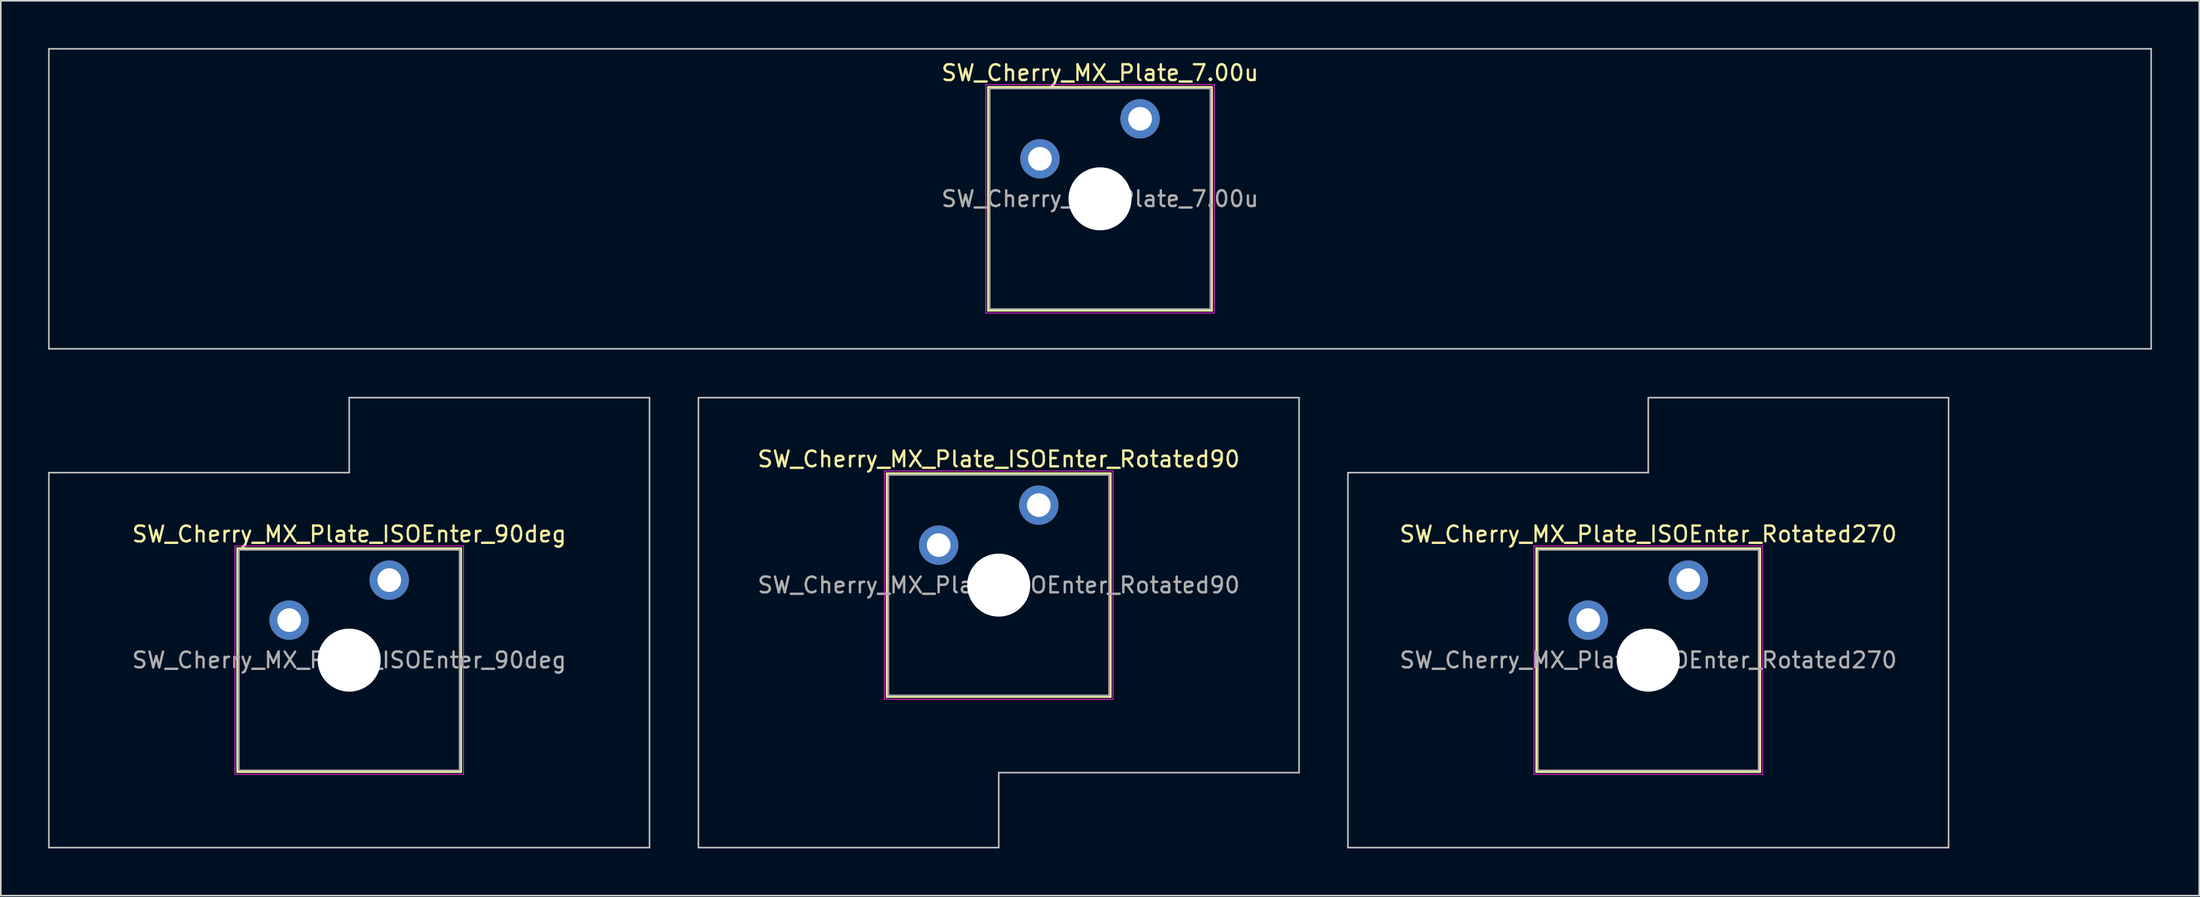
<source format=kicad_pcb>
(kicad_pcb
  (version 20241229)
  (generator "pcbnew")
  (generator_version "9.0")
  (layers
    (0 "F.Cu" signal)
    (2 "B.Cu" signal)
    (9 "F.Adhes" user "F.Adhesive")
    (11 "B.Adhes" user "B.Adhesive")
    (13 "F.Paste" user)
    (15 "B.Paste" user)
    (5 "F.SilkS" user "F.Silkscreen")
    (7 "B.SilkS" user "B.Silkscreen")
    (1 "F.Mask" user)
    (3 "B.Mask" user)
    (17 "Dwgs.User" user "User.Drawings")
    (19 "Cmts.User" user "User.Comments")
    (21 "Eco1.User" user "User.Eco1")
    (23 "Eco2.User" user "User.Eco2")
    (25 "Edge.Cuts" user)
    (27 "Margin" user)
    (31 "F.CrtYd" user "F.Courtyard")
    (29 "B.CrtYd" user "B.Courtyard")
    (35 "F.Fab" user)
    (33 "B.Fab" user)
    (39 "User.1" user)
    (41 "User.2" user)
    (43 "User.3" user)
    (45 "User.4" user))
  (footprint "SW_Cherry_MX_Plate_7.00u"
    (layer "F.Cu")
    (at 66.725 9.575)
    (property "Reference" "SW_Cherry_MX_Plate_7.00u" (at 0 -8 0) (layer "F.SilkS") (effects (font (size 1 1) (thickness 0.15))))
    (attr through_hole)
    (fp_line (start -7.1 -7.1) (end -7.1 7.1) (stroke (width 0.12) (type solid)) (layer "F.SilkS"))
    (fp_line (start -7.1 7.1) (end 7.1 7.1) (stroke (width 0.12) (type solid)) (layer "F.SilkS"))
    (fp_line (start 7.1 -7.1) (end -7.1 -7.1) (stroke (width 0.12) (type solid)) (layer "F.SilkS"))
    (fp_line (start 7.1 7.1) (end 7.1 -7.1) (stroke (width 0.12) (type solid)) (layer "F.SilkS"))
    (fp_line (start -66.675 -9.525) (end -66.675 9.525) (stroke (width 0.1) (type solid)) (layer "Dwgs.User"))
    (fp_line (start -66.675 9.525) (end 66.675 9.525) (stroke (width 0.1) (type solid)) (layer "Dwgs.User"))
    (fp_line (start 66.675 -9.525) (end -66.675 -9.525) (stroke (width 0.1) (type solid)) (layer "Dwgs.User"))
    (fp_line (start 66.675 9.525) (end 66.675 -9.525) (stroke (width 0.1) (type solid)) (layer "Dwgs.User"))
    (fp_line (start -7 -7) (end -7 7) (stroke (width 0.1) (type solid)) (layer "Eco1.User"))
    (fp_line (start -7 7) (end 7 7) (stroke (width 0.1) (type solid)) (layer "Eco1.User"))
    (fp_line (start 7 -7) (end -7 -7) (stroke (width 0.1) (type solid)) (layer "Eco1.User"))
    (fp_line (start 7 7) (end 7 -7) (stroke (width 0.1) (type solid)) (layer "Eco1.User"))
    (fp_line (start -7.25 -7.25) (end -7.25 7.25) (stroke (width 0.05) (type solid)) (layer "F.CrtYd"))
    (fp_line (start -7.25 7.25) (end 7.25 7.25) (stroke (width 0.05) (type solid)) (layer "F.CrtYd"))
    (fp_line (start 7.25 -7.25) (end -7.25 -7.25) (stroke (width 0.05) (type solid)) (layer "F.CrtYd"))
    (fp_line (start 7.25 7.25) (end 7.25 -7.25) (stroke (width 0.05) (type solid)) (layer "F.CrtYd"))
    (fp_line (start -7 -7) (end -7 7) (stroke (width 0.1) (type solid)) (layer "F.Fab"))
    (fp_line (start -7 7) (end 7 7) (stroke (width 0.1) (type solid)) (layer "F.Fab"))
    (fp_line (start 7 -7) (end -7 -7) (stroke (width 0.1) (type solid)) (layer "F.Fab"))
    (fp_line (start 7 7) (end 7 -7) (stroke (width 0.1) (type solid)) (layer "F.Fab"))
    (fp_text user "${REFERENCE}" (at 0 0 0) (layer "F.Fab") (effects (font (size 1 1) (thickness 0.15))))
    (pad "" np_thru_hole circle (at 0 0) (size 4 4) (drill 4) (layers "*.Cu" "*.Mask"))
    (pad "1" thru_hole circle (at -3.81 -2.54) (size 2.5 2.5) (drill 1.5) (layers "*.Cu" "*.Mask"))
    (pad "2" thru_hole circle (at 2.54 -5.08) (size 2.5 2.5) (drill 1.5) (layers "*.Cu" "*.Mask")))
  (footprint "SW_Cherry_MX_Plate_ISOEnter_Rotated270"
    (layer "F.Cu")
    (at 101.5 38.869)
    (property "Reference" "SW_Cherry_MX_Plate_ISOEnter_Rotated270" (at 0 -8 0) (layer "F.SilkS") (effects (font (size 1 1) (thickness 0.15))))
    (attr through_hole)
    (fp_line (start -7.1 -7.1) (end -7.1 7.1) (stroke (width 0.12) (type solid)) (layer "F.SilkS"))
    (fp_line (start -7.1 7.1) (end 7.1 7.1) (stroke (width 0.12) (type solid)) (layer "F.SilkS"))
    (fp_line (start 7.1 -7.1) (end -7.1 -7.1) (stroke (width 0.12) (type solid)) (layer "F.SilkS"))
    (fp_line (start 7.1 7.1) (end 7.1 -7.1) (stroke (width 0.12) (type solid)) (layer "F.SilkS"))
    (fp_line (start -19.05 -11.906) (end -19.05 11.906) (stroke (width 0.1) (type solid)) (layer "Dwgs.User"))
    (fp_line (start -19.05 11.906) (end 19.05 11.906) (stroke (width 0.1) (type solid)) (layer "Dwgs.User"))
    (fp_line (start 0 -16.669) (end 0 -11.906) (stroke (width 0.1) (type solid)) (layer "Dwgs.User"))
    (fp_line (start 0 -11.906) (end -19.05 -11.906) (stroke (width 0.1) (type solid)) (layer "Dwgs.User"))
    (fp_line (start 19.05 -16.669) (end 0 -16.669) (stroke (width 0.1) (type solid)) (layer "Dwgs.User"))
    (fp_line (start 19.05 11.906) (end 19.05 -16.669) (stroke (width 0.1) (type solid)) (layer "Dwgs.User"))
    (fp_line (start -7.25 -7.25) (end -7.25 7.25) (stroke (width 0.05) (type solid)) (layer "F.CrtYd"))
    (fp_line (start -7.25 7.25) (end 7.25 7.25) (stroke (width 0.05) (type solid)) (layer "F.CrtYd"))
    (fp_line (start 7.25 -7.25) (end -7.25 -7.25) (stroke (width 0.05) (type solid)) (layer "F.CrtYd"))
    (fp_line (start 7.25 7.25) (end 7.25 -7.25) (stroke (width 0.05) (type solid)) (layer "F.CrtYd"))
    (fp_line (start -7 -7) (end -7 7) (stroke (width 0.1) (type solid)) (layer "F.Fab"))
    (fp_line (start -7 7) (end 7 7) (stroke (width 0.1) (type solid)) (layer "F.Fab"))
    (fp_line (start 7 -7) (end -7 -7) (stroke (width 0.1) (type solid)) (layer "F.Fab"))
    (fp_line (start 7 7) (end 7 -7) (stroke (width 0.1) (type solid)) (layer "F.Fab"))
    (fp_text user "${REFERENCE}" (at 0 0 0) (layer "F.Fab") (effects (font (size 1 1) (thickness 0.15))))
    (pad "" np_thru_hole circle (at 0 0) (size 4 4) (drill 4) (layers "*.Cu" "*.Mask"))
    (pad "1" thru_hole circle (at -3.81 -2.54) (size 2.5 2.5) (drill 1.5) (layers "*.Cu" "B.Mask"))
    (pad "2" thru_hole circle (at 2.54 -5.08) (size 2.5 2.5) (drill 1.5) (layers "*.Cu" "B.Mask")))
  (footprint "SW_Cherry_MX_Plate_ISOEnter_90deg"
    (layer "F.Cu")
    (at 19.1 38.869)
    (property "Reference" "SW_Cherry_MX_Plate_ISOEnter_90deg" (at 0 -8 0) (layer "F.SilkS") (effects (font (size 1 1) (thickness 0.15))))
    (attr through_hole)
    (fp_line (start -7.1 -7.1) (end -7.1 7.1) (stroke (width 0.12) (type solid)) (layer "F.SilkS"))
    (fp_line (start -7.1 7.1) (end 7.1 7.1) (stroke (width 0.12) (type solid)) (layer "F.SilkS"))
    (fp_line (start 7.1 -7.1) (end -7.1 -7.1) (stroke (width 0.12) (type solid)) (layer "F.SilkS"))
    (fp_line (start 7.1 7.1) (end 7.1 -7.1) (stroke (width 0.12) (type solid)) (layer "F.SilkS"))
    (fp_line (start -19.05 -11.906) (end -19.05 11.906) (stroke (width 0.1) (type solid)) (layer "Dwgs.User"))
    (fp_line (start -19.05 11.906) (end 19.05 11.906) (stroke (width 0.1) (type solid)) (layer "Dwgs.User"))
    (fp_line (start 0 -16.669) (end 0 -11.906) (stroke (width 0.1) (type solid)) (layer "Dwgs.User"))
    (fp_line (start 0 -11.906) (end -19.05 -11.906) (stroke (width 0.1) (type solid)) (layer "Dwgs.User"))
    (fp_line (start 19.05 -16.669) (end 0 -16.669) (stroke (width 0.1) (type solid)) (layer "Dwgs.User"))
    (fp_line (start 19.05 11.906) (end 19.05 -16.669) (stroke (width 0.1) (type solid)) (layer "Dwgs.User"))
    (fp_line (start -7 -7) (end -7 7) (stroke (width 0.1) (type solid)) (layer "Eco1.User"))
    (fp_line (start -7 7) (end 7 7) (stroke (width 0.1) (type solid)) (layer "Eco1.User"))
    (fp_line (start 7 -7) (end -7 -7) (stroke (width 0.1) (type solid)) (layer "Eco1.User"))
    (fp_line (start 7 7) (end 7 -7) (stroke (width 0.1) (type solid)) (layer "Eco1.User"))
    (fp_line (start -7.25 -7.25) (end -7.25 7.25) (stroke (width 0.05) (type solid)) (layer "F.CrtYd"))
    (fp_line (start -7.25 7.25) (end 7.25 7.25) (stroke (width 0.05) (type solid)) (layer "F.CrtYd"))
    (fp_line (start 7.25 -7.25) (end -7.25 -7.25) (stroke (width 0.05) (type solid)) (layer "F.CrtYd"))
    (fp_line (start 7.25 7.25) (end 7.25 -7.25) (stroke (width 0.05) (type solid)) (layer "F.CrtYd"))
    (fp_line (start -7 -7) (end -7 7) (stroke (width 0.1) (type solid)) (layer "F.Fab"))
    (fp_line (start -7 7) (end 7 7) (stroke (width 0.1) (type solid)) (layer "F.Fab"))
    (fp_line (start 7 -7) (end -7 -7) (stroke (width 0.1) (type solid)) (layer "F.Fab"))
    (fp_line (start 7 7) (end 7 -7) (stroke (width 0.1) (type solid)) (layer "F.Fab"))
    (fp_text user "${REFERENCE}" (at 0 0 0) (layer "F.Fab") (effects (font (size 1 1) (thickness 0.15))))
    (pad "" np_thru_hole circle (at 0 0) (size 4 4) (drill 4) (layers "*.Cu" "*.Mask"))
    (pad "1" thru_hole circle (at -3.81 -2.54) (size 2.5 2.5) (drill 1.5) (layers "*.Cu" "*.Mask"))
    (pad "2" thru_hole circle (at 2.54 -5.08) (size 2.5 2.5) (drill 1.5) (layers "*.Cu" "*.Mask")))
  (footprint "SW_Cherry_MX_Plate_ISOEnter_Rotated90"
    (layer "F.Cu")
    (at 60.3 34.106)
    (property "Reference" "SW_Cherry_MX_Plate_ISOEnter_Rotated90" (at 0 -8 0) (layer "F.SilkS") (effects (font (size 1 1) (thickness 0.15))))
    (attr through_hole)
    (fp_line (start -7.1 -7.1) (end -7.1 7.1) (stroke (width 0.12) (type solid)) (layer "F.SilkS"))
    (fp_line (start -7.1 7.1) (end 7.1 7.1) (stroke (width 0.12) (type solid)) (layer "F.SilkS"))
    (fp_line (start 7.1 -7.1) (end -7.1 -7.1) (stroke (width 0.12) (type solid)) (layer "F.SilkS"))
    (fp_line (start 7.1 7.1) (end 7.1 -7.1) (stroke (width 0.12) (type solid)) (layer "F.SilkS"))
    (fp_line (start -19.05 -11.906) (end -19.05 16.669) (stroke (width 0.1) (type solid)) (layer "Dwgs.User"))
    (fp_line (start -19.05 16.669) (end 0 16.669) (stroke (width 0.1) (type solid)) (layer "Dwgs.User"))
    (fp_line (start 0 11.906) (end 19.05 11.906) (stroke (width 0.1) (type solid)) (layer "Dwgs.User"))
    (fp_line (start 0 16.669) (end 0 11.906) (stroke (width 0.1) (type solid)) (layer "Dwgs.User"))
    (fp_line (start 19.05 -11.906) (end -19.05 -11.906) (stroke (width 0.1) (type solid)) (layer "Dwgs.User"))
    (fp_line (start 19.05 11.906) (end 19.05 -11.906) (stroke (width 0.1) (type solid)) (layer "Dwgs.User"))
    (fp_line (start -7.25 -7.25) (end -7.25 7.25) (stroke (width 0.05) (type solid)) (layer "F.CrtYd"))
    (fp_line (start -7.25 7.25) (end 7.25 7.25) (stroke (width 0.05) (type solid)) (layer "F.CrtYd"))
    (fp_line (start 7.25 -7.25) (end -7.25 -7.25) (stroke (width 0.05) (type solid)) (layer "F.CrtYd"))
    (fp_line (start 7.25 7.25) (end 7.25 -7.25) (stroke (width 0.05) (type solid)) (layer "F.CrtYd"))
    (fp_line (start -7 -7) (end -7 7) (stroke (width 0.1) (type solid)) (layer "F.Fab"))
    (fp_line (start -7 7) (end 7 7) (stroke (width 0.1) (type solid)) (layer "F.Fab"))
    (fp_line (start 7 -7) (end -7 -7) (stroke (width 0.1) (type solid)) (layer "F.Fab"))
    (fp_line (start 7 7) (end 7 -7) (stroke (width 0.1) (type solid)) (layer "F.Fab"))
    (fp_text user "${REFERENCE}" (at 0 0 0) (layer "F.Fab") (effects (font (size 1 1) (thickness 0.15))))
    (pad "" np_thru_hole circle (at 0 0) (size 4 4) (drill 4) (layers "*.Cu" "*.Mask"))
    (pad "1" thru_hole circle (at -3.81 -2.54) (size 2.5 2.5) (drill 1.5) (layers "*.Cu" "B.Mask"))
    (pad "2" thru_hole circle (at 2.54 -5.08) (size 2.5 2.5) (drill 1.5) (layers "*.Cu" "B.Mask")))
  (gr_rect
    (start -3 -3)
    (end 136.45 53.825)
    (stroke (width 0.1) (type default))
    (fill no)
    (layer "Edge.Cuts")))
</source>
